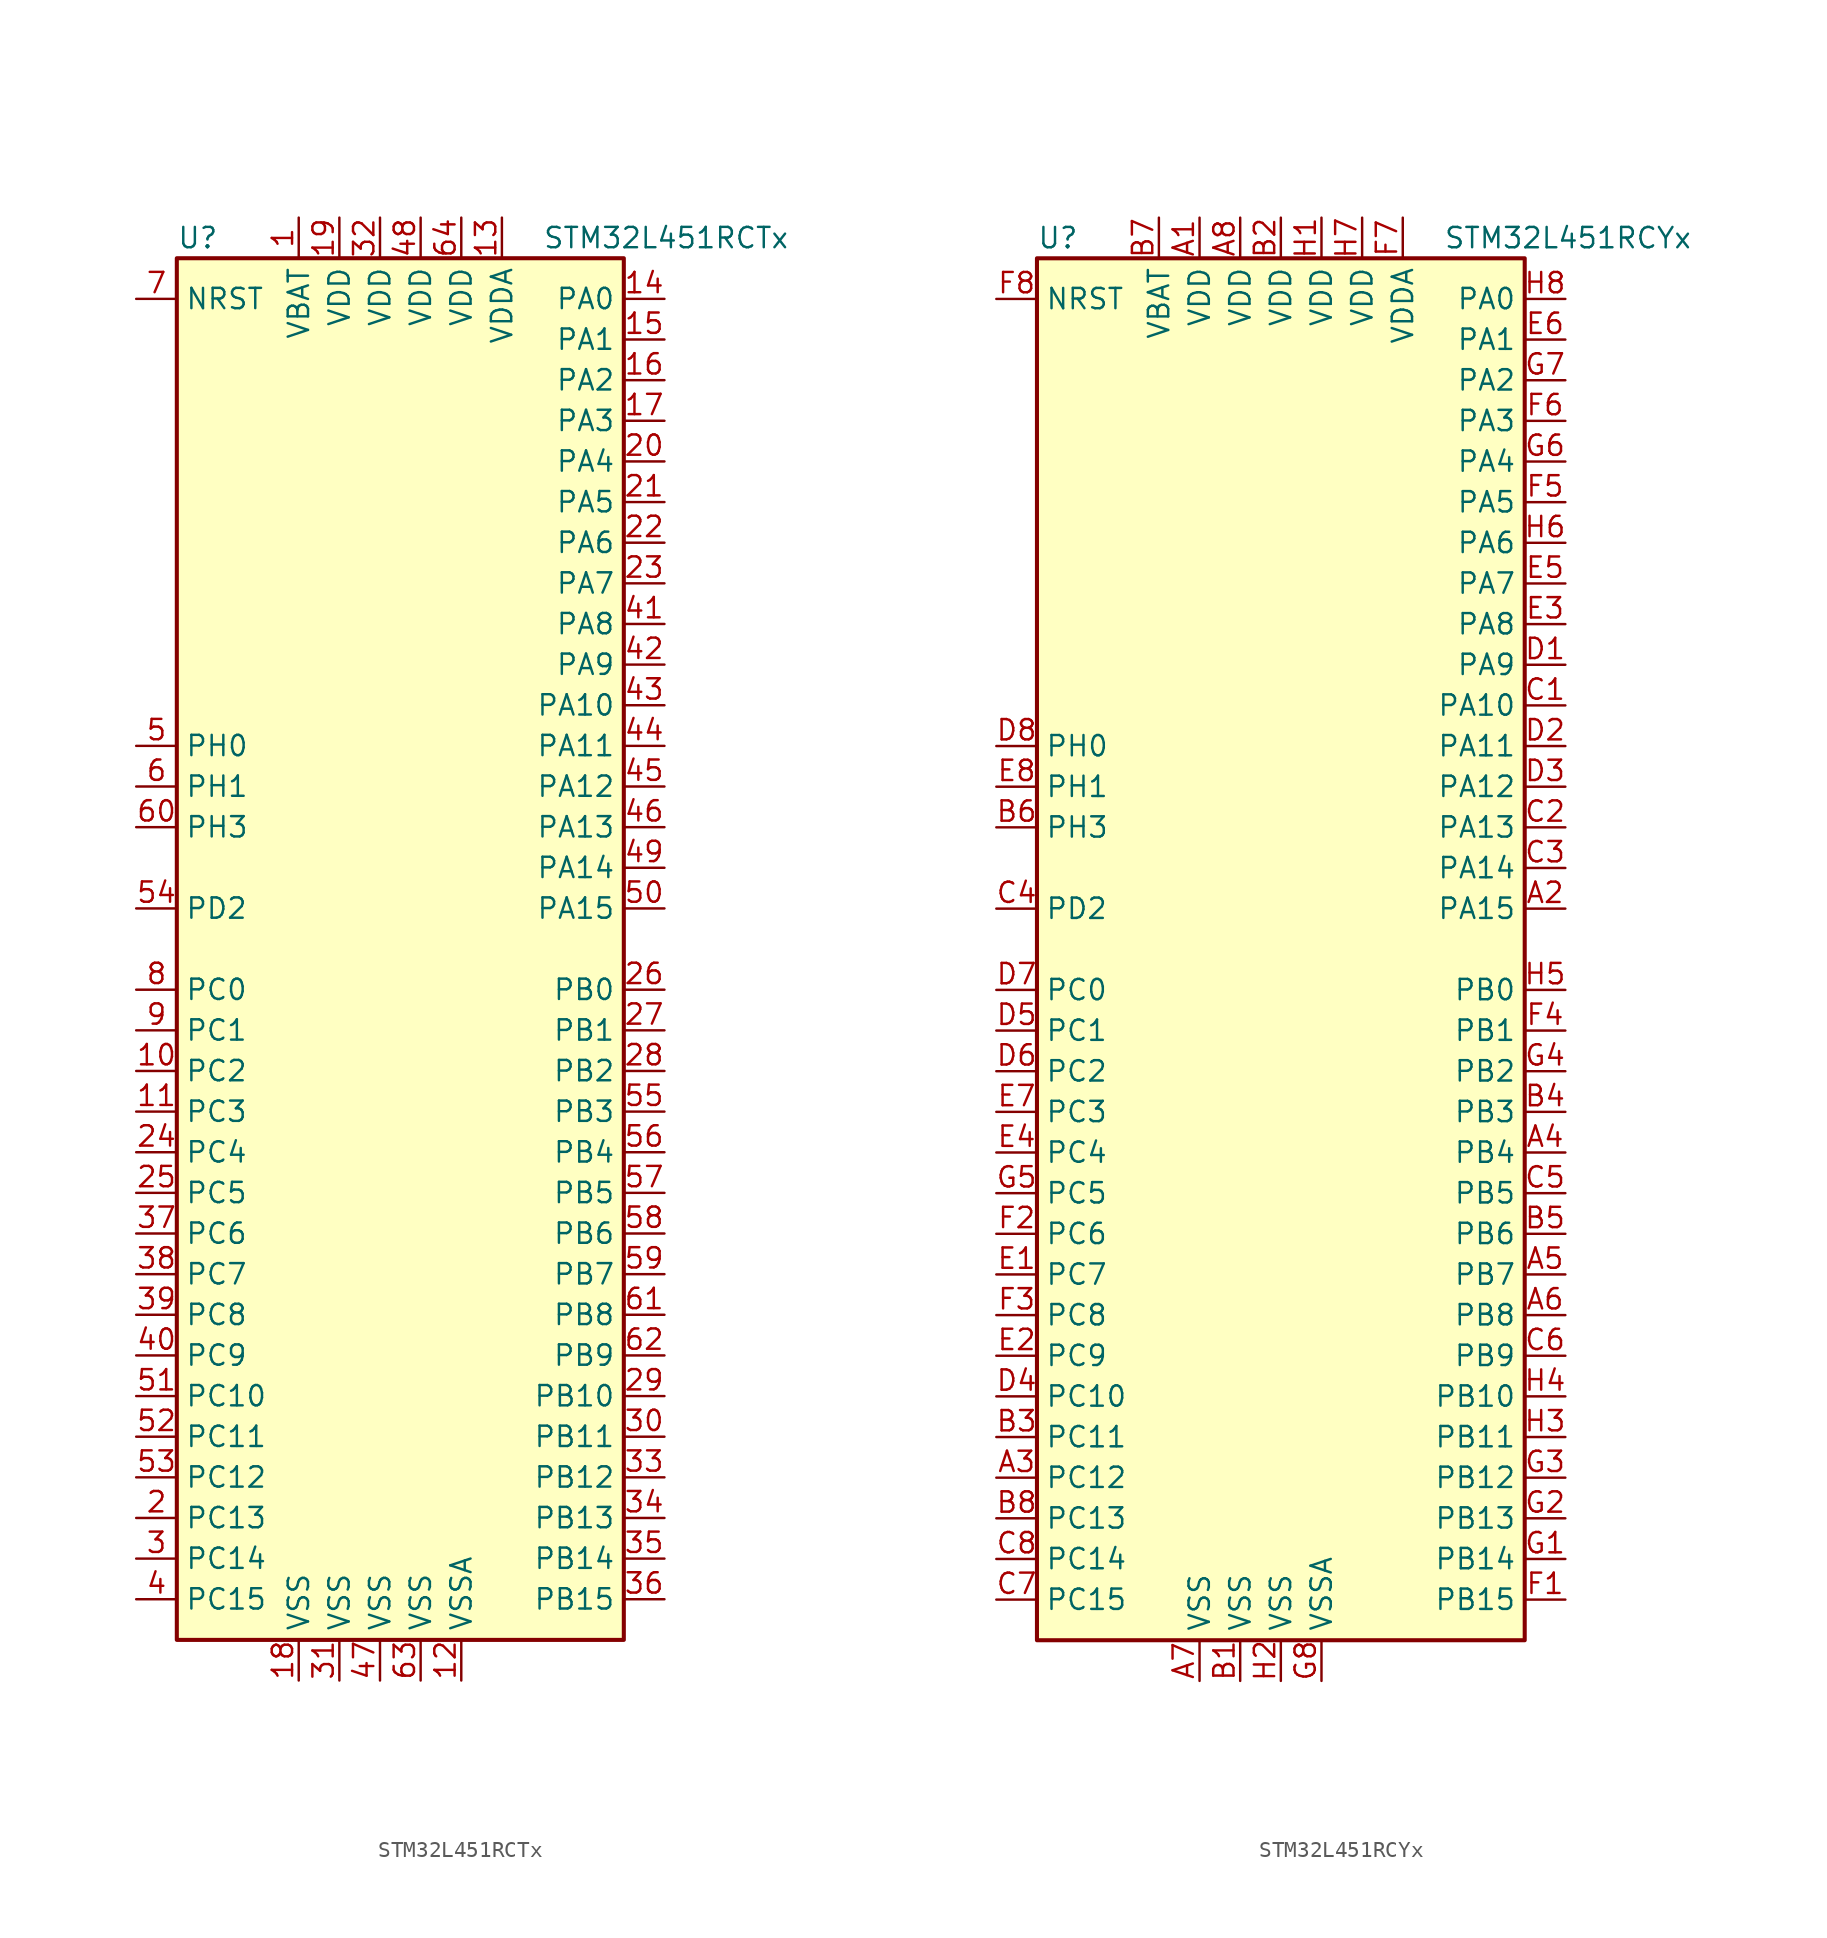
<source format=kicad_sym>
(kicad_symbol_lib
  (version 20220914)
  (generator kicad_symbol_editor)
  (symbol "STM32L451RCTx"
    (property "Reference" "U"
      (at -15.24 44.45 0)
      (effects (font (size 1.27 1.27)) (justify left)))
    (property "Value" "STM32L451RCTx"
      (at 7.62 44.45 0)
      (effects (font (size 1.27 1.27)) (justify left)))
    (symbol "STM32L451RCTx_0_1"
      (rectangle (start -15.24 -43.18) (end 12.7 43.18) (stroke (width 0.254) (type default)) (fill (type background))))
    (symbol "STM32L451RCTx_1_1"
      (pin power_in line (at -7.62 45.72 270) (length 2.54) (name "VBAT" (effects (font (size 1.27 1.27)))) (number "1" (effects (font (size 1.27 1.27)))))
      (pin bidirectional line (at -17.78 -7.62 0) (length 2.54) (name "PC2" (effects (font (size 1.27 1.27)))) (number "10" (effects (font (size 1.27 1.27)))))
      (pin bidirectional line (at -17.78 -10.16 0) (length 2.54) (name "PC3" (effects (font (size 1.27 1.27)))) (number "11" (effects (font (size 1.27 1.27)))))
      (pin power_in line (at 2.54 -45.72 90) (length 2.54) (name "VSSA" (effects (font (size 1.27 1.27)))) (number "12" (effects (font (size 1.27 1.27)))))
      (pin power_in line (at 5.08 45.72 270) (length 2.54) (name "VDDA" (effects (font (size 1.27 1.27)))) (number "13" (effects (font (size 1.27 1.27)))))
      (pin bidirectional line (at 15.24 40.64 180) (length 2.54) (name "PA0" (effects (font (size 1.27 1.27)))) (number "14" (effects (font (size 1.27 1.27)))))
      (pin bidirectional line (at 15.24 38.1 180) (length 2.54) (name "PA1" (effects (font (size 1.27 1.27)))) (number "15" (effects (font (size 1.27 1.27)))))
      (pin bidirectional line (at 15.24 35.56 180) (length 2.54) (name "PA2" (effects (font (size 1.27 1.27)))) (number "16" (effects (font (size 1.27 1.27)))))
      (pin bidirectional line (at 15.24 33.02 180) (length 2.54) (name "PA3" (effects (font (size 1.27 1.27)))) (number "17" (effects (font (size 1.27 1.27)))))
      (pin power_in line (at -7.62 -45.72 90) (length 2.54) (name "VSS" (effects (font (size 1.27 1.27)))) (number "18" (effects (font (size 1.27 1.27)))))
      (pin power_in line (at -5.08 45.72 270) (length 2.54) (name "VDD" (effects (font (size 1.27 1.27)))) (number "19" (effects (font (size 1.27 1.27)))))
      (pin bidirectional line (at -17.78 -35.56 0) (length 2.54) (name "PC13" (effects (font (size 1.27 1.27)))) (number "2" (effects (font (size 1.27 1.27)))))
      (pin bidirectional line (at 15.24 30.48 180) (length 2.54) (name "PA4" (effects (font (size 1.27 1.27)))) (number "20" (effects (font (size 1.27 1.27)))))
      (pin bidirectional line (at 15.24 27.94 180) (length 2.54) (name "PA5" (effects (font (size 1.27 1.27)))) (number "21" (effects (font (size 1.27 1.27)))))
      (pin bidirectional line (at 15.24 25.4 180) (length 2.54) (name "PA6" (effects (font (size 1.27 1.27)))) (number "22" (effects (font (size 1.27 1.27)))))
      (pin bidirectional line (at 15.24 22.86 180) (length 2.54) (name "PA7" (effects (font (size 1.27 1.27)))) (number "23" (effects (font (size 1.27 1.27)))))
      (pin bidirectional line (at -17.78 -12.7 0) (length 2.54) (name "PC4" (effects (font (size 1.27 1.27)))) (number "24" (effects (font (size 1.27 1.27)))))
      (pin bidirectional line (at -17.78 -15.24 0) (length 2.54) (name "PC5" (effects (font (size 1.27 1.27)))) (number "25" (effects (font (size 1.27 1.27)))))
      (pin bidirectional line (at 15.24 -2.54 180) (length 2.54) (name "PB0" (effects (font (size 1.27 1.27)))) (number "26" (effects (font (size 1.27 1.27)))))
      (pin bidirectional line (at 15.24 -5.08 180) (length 2.54) (name "PB1" (effects (font (size 1.27 1.27)))) (number "27" (effects (font (size 1.27 1.27)))))
      (pin bidirectional line (at 15.24 -7.62 180) (length 2.54) (name "PB2" (effects (font (size 1.27 1.27)))) (number "28" (effects (font (size 1.27 1.27)))))
      (pin bidirectional line (at 15.24 -27.94 180) (length 2.54) (name "PB10" (effects (font (size 1.27 1.27)))) (number "29" (effects (font (size 1.27 1.27)))))
      (pin bidirectional line (at -17.78 -38.1 0) (length 2.54) (name "PC14" (effects (font (size 1.27 1.27)))) (number "3" (effects (font (size 1.27 1.27)))))
      (pin bidirectional line (at 15.24 -30.48 180) (length 2.54) (name "PB11" (effects (font (size 1.27 1.27)))) (number "30" (effects (font (size 1.27 1.27)))))
      (pin power_in line (at -5.08 -45.72 90) (length 2.54) (name "VSS" (effects (font (size 1.27 1.27)))) (number "31" (effects (font (size 1.27 1.27)))))
      (pin power_in line (at -2.54 45.72 270) (length 2.54) (name "VDD" (effects (font (size 1.27 1.27)))) (number "32" (effects (font (size 1.27 1.27)))))
      (pin bidirectional line (at 15.24 -33.02 180) (length 2.54) (name "PB12" (effects (font (size 1.27 1.27)))) (number "33" (effects (font (size 1.27 1.27)))))
      (pin bidirectional line (at 15.24 -35.56 180) (length 2.54) (name "PB13" (effects (font (size 1.27 1.27)))) (number "34" (effects (font (size 1.27 1.27)))))
      (pin bidirectional line (at 15.24 -38.1 180) (length 2.54) (name "PB14" (effects (font (size 1.27 1.27)))) (number "35" (effects (font (size 1.27 1.27)))))
      (pin bidirectional line (at 15.24 -40.64 180) (length 2.54) (name "PB15" (effects (font (size 1.27 1.27)))) (number "36" (effects (font (size 1.27 1.27)))))
      (pin bidirectional line (at -17.78 -17.78 0) (length 2.54) (name "PC6" (effects (font (size 1.27 1.27)))) (number "37" (effects (font (size 1.27 1.27)))))
      (pin bidirectional line (at -17.78 -20.32 0) (length 2.54) (name "PC7" (effects (font (size 1.27 1.27)))) (number "38" (effects (font (size 1.27 1.27)))))
      (pin bidirectional line (at -17.78 -22.86 0) (length 2.54) (name "PC8" (effects (font (size 1.27 1.27)))) (number "39" (effects (font (size 1.27 1.27)))))
      (pin bidirectional line (at -17.78 -40.64 0) (length 2.54) (name "PC15" (effects (font (size 1.27 1.27)))) (number "4" (effects (font (size 1.27 1.27)))))
      (pin bidirectional line (at -17.78 -25.4 0) (length 2.54) (name "PC9" (effects (font (size 1.27 1.27)))) (number "40" (effects (font (size 1.27 1.27)))))
      (pin bidirectional line (at 15.24 20.32 180) (length 2.54) (name "PA8" (effects (font (size 1.27 1.27)))) (number "41" (effects (font (size 1.27 1.27)))))
      (pin bidirectional line (at 15.24 17.78 180) (length 2.54) (name "PA9" (effects (font (size 1.27 1.27)))) (number "42" (effects (font (size 1.27 1.27)))))
      (pin bidirectional line (at 15.24 15.24 180) (length 2.54) (name "PA10" (effects (font (size 1.27 1.27)))) (number "43" (effects (font (size 1.27 1.27)))))
      (pin bidirectional line (at 15.24 12.7 180) (length 2.54) (name "PA11" (effects (font (size 1.27 1.27)))) (number "44" (effects (font (size 1.27 1.27)))))
      (pin bidirectional line (at 15.24 10.16 180) (length 2.54) (name "PA12" (effects (font (size 1.27 1.27)))) (number "45" (effects (font (size 1.27 1.27)))))
      (pin bidirectional line (at 15.24 7.62 180) (length 2.54) (name "PA13" (effects (font (size 1.27 1.27)))) (number "46" (effects (font (size 1.27 1.27)))))
      (pin power_in line (at -2.54 -45.72 90) (length 2.54) (name "VSS" (effects (font (size 1.27 1.27)))) (number "47" (effects (font (size 1.27 1.27)))))
      (pin power_in line (at 0 45.72 270) (length 2.54) (name "VDD" (effects (font (size 1.27 1.27)))) (number "48" (effects (font (size 1.27 1.27)))))
      (pin bidirectional line (at 15.24 5.08 180) (length 2.54) (name "PA14" (effects (font (size 1.27 1.27)))) (number "49" (effects (font (size 1.27 1.27)))))
      (pin input line (at -17.78 12.7 0) (length 2.54) (name "PH0" (effects (font (size 1.27 1.27)))) (number "5" (effects (font (size 1.27 1.27)))))
      (pin bidirectional line (at 15.24 2.54 180) (length 2.54) (name "PA15" (effects (font (size 1.27 1.27)))) (number "50" (effects (font (size 1.27 1.27)))))
      (pin bidirectional line (at -17.78 -27.94 0) (length 2.54) (name "PC10" (effects (font (size 1.27 1.27)))) (number "51" (effects (font (size 1.27 1.27)))))
      (pin bidirectional line (at -17.78 -30.48 0) (length 2.54) (name "PC11" (effects (font (size 1.27 1.27)))) (number "52" (effects (font (size 1.27 1.27)))))
      (pin bidirectional line (at -17.78 -33.02 0) (length 2.54) (name "PC12" (effects (font (size 1.27 1.27)))) (number "53" (effects (font (size 1.27 1.27)))))
      (pin bidirectional line (at -17.78 2.54 0) (length 2.54) (name "PD2" (effects (font (size 1.27 1.27)))) (number "54" (effects (font (size 1.27 1.27)))))
      (pin bidirectional line (at 15.24 -10.16 180) (length 2.54) (name "PB3" (effects (font (size 1.27 1.27)))) (number "55" (effects (font (size 1.27 1.27)))))
      (pin bidirectional line (at 15.24 -12.7 180) (length 2.54) (name "PB4" (effects (font (size 1.27 1.27)))) (number "56" (effects (font (size 1.27 1.27)))))
      (pin bidirectional line (at 15.24 -15.24 180) (length 2.54) (name "PB5" (effects (font (size 1.27 1.27)))) (number "57" (effects (font (size 1.27 1.27)))))
      (pin bidirectional line (at 15.24 -17.78 180) (length 2.54) (name "PB6" (effects (font (size 1.27 1.27)))) (number "58" (effects (font (size 1.27 1.27)))))
      (pin bidirectional line (at 15.24 -20.32 180) (length 2.54) (name "PB7" (effects (font (size 1.27 1.27)))) (number "59" (effects (font (size 1.27 1.27)))))
      (pin input line (at -17.78 10.16 0) (length 2.54) (name "PH1" (effects (font (size 1.27 1.27)))) (number "6" (effects (font (size 1.27 1.27)))))
      (pin bidirectional line (at -17.78 7.62 0) (length 2.54) (name "PH3" (effects (font (size 1.27 1.27)))) (number "60" (effects (font (size 1.27 1.27)))))
      (pin bidirectional line (at 15.24 -22.86 180) (length 2.54) (name "PB8" (effects (font (size 1.27 1.27)))) (number "61" (effects (font (size 1.27 1.27)))))
      (pin bidirectional line (at 15.24 -25.4 180) (length 2.54) (name "PB9" (effects (font (size 1.27 1.27)))) (number "62" (effects (font (size 1.27 1.27)))))
      (pin power_in line (at 0 -45.72 90) (length 2.54) (name "VSS" (effects (font (size 1.27 1.27)))) (number "63" (effects (font (size 1.27 1.27)))))
      (pin power_in line (at 2.54 45.72 270) (length 2.54) (name "VDD" (effects (font (size 1.27 1.27)))) (number "64" (effects (font (size 1.27 1.27)))))
      (pin input line (at -17.78 40.64 0) (length 2.54) (name "NRST" (effects (font (size 1.27 1.27)))) (number "7" (effects (font (size 1.27 1.27)))))
      (pin bidirectional line (at -17.78 -2.54 0) (length 2.54) (name "PC0" (effects (font (size 1.27 1.27)))) (number "8" (effects (font (size 1.27 1.27)))))
      (pin bidirectional line (at -17.78 -5.08 0) (length 2.54) (name "PC1" (effects (font (size 1.27 1.27)))) (number "9" (effects (font (size 1.27 1.27)))))))
  (symbol "STM32L451RCYx"
    (property "Reference" "U"
      (at -15.24 44.45 0)
      (effects (font (size 1.27 1.27)) (justify left)))
    (property "Value" "STM32L451RCYx"
      (at 10.16 44.45 0)
      (effects (font (size 1.27 1.27)) (justify left)))
    (symbol "STM32L451RCYx_0_1"
      (rectangle (start -15.24 -43.18) (end 15.24 43.18) (stroke (width 0.254) (type default)) (fill (type background))))
    (symbol "STM32L451RCYx_1_1"
      (pin power_in line (at -5.08 45.72 270) (length 2.54) (name "VDD" (effects (font (size 1.27 1.27)))) (number "A1" (effects (font (size 1.27 1.27)))))
      (pin bidirectional line (at 17.78 2.54 180) (length 2.54) (name "PA15" (effects (font (size 1.27 1.27)))) (number "A2" (effects (font (size 1.27 1.27)))))
      (pin bidirectional line (at -17.78 -33.02 0) (length 2.54) (name "PC12" (effects (font (size 1.27 1.27)))) (number "A3" (effects (font (size 1.27 1.27)))))
      (pin bidirectional line (at 17.78 -12.7 180) (length 2.54) (name "PB4" (effects (font (size 1.27 1.27)))) (number "A4" (effects (font (size 1.27 1.27)))))
      (pin bidirectional line (at 17.78 -20.32 180) (length 2.54) (name "PB7" (effects (font (size 1.27 1.27)))) (number "A5" (effects (font (size 1.27 1.27)))))
      (pin bidirectional line (at 17.78 -22.86 180) (length 2.54) (name "PB8" (effects (font (size 1.27 1.27)))) (number "A6" (effects (font (size 1.27 1.27)))))
      (pin power_in line (at -5.08 -45.72 90) (length 2.54) (name "VSS" (effects (font (size 1.27 1.27)))) (number "A7" (effects (font (size 1.27 1.27)))))
      (pin power_in line (at -2.54 45.72 270) (length 2.54) (name "VDD" (effects (font (size 1.27 1.27)))) (number "A8" (effects (font (size 1.27 1.27)))))
      (pin power_in line (at -2.54 -45.72 90) (length 2.54) (name "VSS" (effects (font (size 1.27 1.27)))) (number "B1" (effects (font (size 1.27 1.27)))))
      (pin power_in line (at 0 45.72 270) (length 2.54) (name "VDD" (effects (font (size 1.27 1.27)))) (number "B2" (effects (font (size 1.27 1.27)))))
      (pin bidirectional line (at -17.78 -30.48 0) (length 2.54) (name "PC11" (effects (font (size 1.27 1.27)))) (number "B3" (effects (font (size 1.27 1.27)))))
      (pin bidirectional line (at 17.78 -10.16 180) (length 2.54) (name "PB3" (effects (font (size 1.27 1.27)))) (number "B4" (effects (font (size 1.27 1.27)))))
      (pin bidirectional line (at 17.78 -17.78 180) (length 2.54) (name "PB6" (effects (font (size 1.27 1.27)))) (number "B5" (effects (font (size 1.27 1.27)))))
      (pin bidirectional line (at -17.78 7.62 0) (length 2.54) (name "PH3" (effects (font (size 1.27 1.27)))) (number "B6" (effects (font (size 1.27 1.27)))))
      (pin power_in line (at -7.62 45.72 270) (length 2.54) (name "VBAT" (effects (font (size 1.27 1.27)))) (number "B7" (effects (font (size 1.27 1.27)))))
      (pin bidirectional line (at -17.78 -35.56 0) (length 2.54) (name "PC13" (effects (font (size 1.27 1.27)))) (number "B8" (effects (font (size 1.27 1.27)))))
      (pin bidirectional line (at 17.78 15.24 180) (length 2.54) (name "PA10" (effects (font (size 1.27 1.27)))) (number "C1" (effects (font (size 1.27 1.27)))))
      (pin bidirectional line (at 17.78 7.62 180) (length 2.54) (name "PA13" (effects (font (size 1.27 1.27)))) (number "C2" (effects (font (size 1.27 1.27)))))
      (pin bidirectional line (at 17.78 5.08 180) (length 2.54) (name "PA14" (effects (font (size 1.27 1.27)))) (number "C3" (effects (font (size 1.27 1.27)))))
      (pin bidirectional line (at -17.78 2.54 0) (length 2.54) (name "PD2" (effects (font (size 1.27 1.27)))) (number "C4" (effects (font (size 1.27 1.27)))))
      (pin bidirectional line (at 17.78 -15.24 180) (length 2.54) (name "PB5" (effects (font (size 1.27 1.27)))) (number "C5" (effects (font (size 1.27 1.27)))))
      (pin bidirectional line (at 17.78 -25.4 180) (length 2.54) (name "PB9" (effects (font (size 1.27 1.27)))) (number "C6" (effects (font (size 1.27 1.27)))))
      (pin bidirectional line (at -17.78 -40.64 0) (length 2.54) (name "PC15" (effects (font (size 1.27 1.27)))) (number "C7" (effects (font (size 1.27 1.27)))))
      (pin bidirectional line (at -17.78 -38.1 0) (length 2.54) (name "PC14" (effects (font (size 1.27 1.27)))) (number "C8" (effects (font (size 1.27 1.27)))))
      (pin bidirectional line (at 17.78 17.78 180) (length 2.54) (name "PA9" (effects (font (size 1.27 1.27)))) (number "D1" (effects (font (size 1.27 1.27)))))
      (pin bidirectional line (at 17.78 12.7 180) (length 2.54) (name "PA11" (effects (font (size 1.27 1.27)))) (number "D2" (effects (font (size 1.27 1.27)))))
      (pin bidirectional line (at 17.78 10.16 180) (length 2.54) (name "PA12" (effects (font (size 1.27 1.27)))) (number "D3" (effects (font (size 1.27 1.27)))))
      (pin bidirectional line (at -17.78 -27.94 0) (length 2.54) (name "PC10" (effects (font (size 1.27 1.27)))) (number "D4" (effects (font (size 1.27 1.27)))))
      (pin bidirectional line (at -17.78 -5.08 0) (length 2.54) (name "PC1" (effects (font (size 1.27 1.27)))) (number "D5" (effects (font (size 1.27 1.27)))))
      (pin bidirectional line (at -17.78 -7.62 0) (length 2.54) (name "PC2" (effects (font (size 1.27 1.27)))) (number "D6" (effects (font (size 1.27 1.27)))))
      (pin bidirectional line (at -17.78 -2.54 0) (length 2.54) (name "PC0" (effects (font (size 1.27 1.27)))) (number "D7" (effects (font (size 1.27 1.27)))))
      (pin input line (at -17.78 12.7 0) (length 2.54) (name "PH0" (effects (font (size 1.27 1.27)))) (number "D8" (effects (font (size 1.27 1.27)))))
      (pin bidirectional line (at -17.78 -20.32 0) (length 2.54) (name "PC7" (effects (font (size 1.27 1.27)))) (number "E1" (effects (font (size 1.27 1.27)))))
      (pin bidirectional line (at -17.78 -25.4 0) (length 2.54) (name "PC9" (effects (font (size 1.27 1.27)))) (number "E2" (effects (font (size 1.27 1.27)))))
      (pin bidirectional line (at 17.78 20.32 180) (length 2.54) (name "PA8" (effects (font (size 1.27 1.27)))) (number "E3" (effects (font (size 1.27 1.27)))))
      (pin bidirectional line (at -17.78 -12.7 0) (length 2.54) (name "PC4" (effects (font (size 1.27 1.27)))) (number "E4" (effects (font (size 1.27 1.27)))))
      (pin bidirectional line (at 17.78 22.86 180) (length 2.54) (name "PA7" (effects (font (size 1.27 1.27)))) (number "E5" (effects (font (size 1.27 1.27)))))
      (pin bidirectional line (at 17.78 38.1 180) (length 2.54) (name "PA1" (effects (font (size 1.27 1.27)))) (number "E6" (effects (font (size 1.27 1.27)))))
      (pin bidirectional line (at -17.78 -10.16 0) (length 2.54) (name "PC3" (effects (font (size 1.27 1.27)))) (number "E7" (effects (font (size 1.27 1.27)))))
      (pin input line (at -17.78 10.16 0) (length 2.54) (name "PH1" (effects (font (size 1.27 1.27)))) (number "E8" (effects (font (size 1.27 1.27)))))
      (pin bidirectional line (at 17.78 -40.64 180) (length 2.54) (name "PB15" (effects (font (size 1.27 1.27)))) (number "F1" (effects (font (size 1.27 1.27)))))
      (pin bidirectional line (at -17.78 -17.78 0) (length 2.54) (name "PC6" (effects (font (size 1.27 1.27)))) (number "F2" (effects (font (size 1.27 1.27)))))
      (pin bidirectional line (at -17.78 -22.86 0) (length 2.54) (name "PC8" (effects (font (size 1.27 1.27)))) (number "F3" (effects (font (size 1.27 1.27)))))
      (pin bidirectional line (at 17.78 -5.08 180) (length 2.54) (name "PB1" (effects (font (size 1.27 1.27)))) (number "F4" (effects (font (size 1.27 1.27)))))
      (pin bidirectional line (at 17.78 27.94 180) (length 2.54) (name "PA5" (effects (font (size 1.27 1.27)))) (number "F5" (effects (font (size 1.27 1.27)))))
      (pin bidirectional line (at 17.78 33.02 180) (length 2.54) (name "PA3" (effects (font (size 1.27 1.27)))) (number "F6" (effects (font (size 1.27 1.27)))))
      (pin power_in line (at 7.62 45.72 270) (length 2.54) (name "VDDA" (effects (font (size 1.27 1.27)))) (number "F7" (effects (font (size 1.27 1.27)))))
      (pin input line (at -17.78 40.64 0) (length 2.54) (name "NRST" (effects (font (size 1.27 1.27)))) (number "F8" (effects (font (size 1.27 1.27)))))
      (pin bidirectional line (at 17.78 -38.1 180) (length 2.54) (name "PB14" (effects (font (size 1.27 1.27)))) (number "G1" (effects (font (size 1.27 1.27)))))
      (pin bidirectional line (at 17.78 -35.56 180) (length 2.54) (name "PB13" (effects (font (size 1.27 1.27)))) (number "G2" (effects (font (size 1.27 1.27)))))
      (pin bidirectional line (at 17.78 -33.02 180) (length 2.54) (name "PB12" (effects (font (size 1.27 1.27)))) (number "G3" (effects (font (size 1.27 1.27)))))
      (pin bidirectional line (at 17.78 -7.62 180) (length 2.54) (name "PB2" (effects (font (size 1.27 1.27)))) (number "G4" (effects (font (size 1.27 1.27)))))
      (pin bidirectional line (at -17.78 -15.24 0) (length 2.54) (name "PC5" (effects (font (size 1.27 1.27)))) (number "G5" (effects (font (size 1.27 1.27)))))
      (pin bidirectional line (at 17.78 30.48 180) (length 2.54) (name "PA4" (effects (font (size 1.27 1.27)))) (number "G6" (effects (font (size 1.27 1.27)))))
      (pin bidirectional line (at 17.78 35.56 180) (length 2.54) (name "PA2" (effects (font (size 1.27 1.27)))) (number "G7" (effects (font (size 1.27 1.27)))))
      (pin power_in line (at 2.54 -45.72 90) (length 2.54) (name "VSSA" (effects (font (size 1.27 1.27)))) (number "G8" (effects (font (size 1.27 1.27)))))
      (pin power_in line (at 2.54 45.72 270) (length 2.54) (name "VDD" (effects (font (size 1.27 1.27)))) (number "H1" (effects (font (size 1.27 1.27)))))
      (pin power_in line (at 0 -45.72 90) (length 2.54) (name "VSS" (effects (font (size 1.27 1.27)))) (number "H2" (effects (font (size 1.27 1.27)))))
      (pin bidirectional line (at 17.78 -30.48 180) (length 2.54) (name "PB11" (effects (font (size 1.27 1.27)))) (number "H3" (effects (font (size 1.27 1.27)))))
      (pin bidirectional line (at 17.78 -27.94 180) (length 2.54) (name "PB10" (effects (font (size 1.27 1.27)))) (number "H4" (effects (font (size 1.27 1.27)))))
      (pin bidirectional line (at 17.78 -2.54 180) (length 2.54) (name "PB0" (effects (font (size 1.27 1.27)))) (number "H5" (effects (font (size 1.27 1.27)))))
      (pin bidirectional line (at 17.78 25.4 180) (length 2.54) (name "PA6" (effects (font (size 1.27 1.27)))) (number "H6" (effects (font (size 1.27 1.27)))))
      (pin power_in line (at 5.08 45.72 270) (length 2.54) (name "VDD" (effects (font (size 1.27 1.27)))) (number "H7" (effects (font (size 1.27 1.27)))))
      (pin bidirectional line (at 17.78 40.64 180) (length 2.54) (name "PA0" (effects (font (size 1.27 1.27)))) (number "H8" (effects (font (size 1.27 1.27))))))))
</source>
